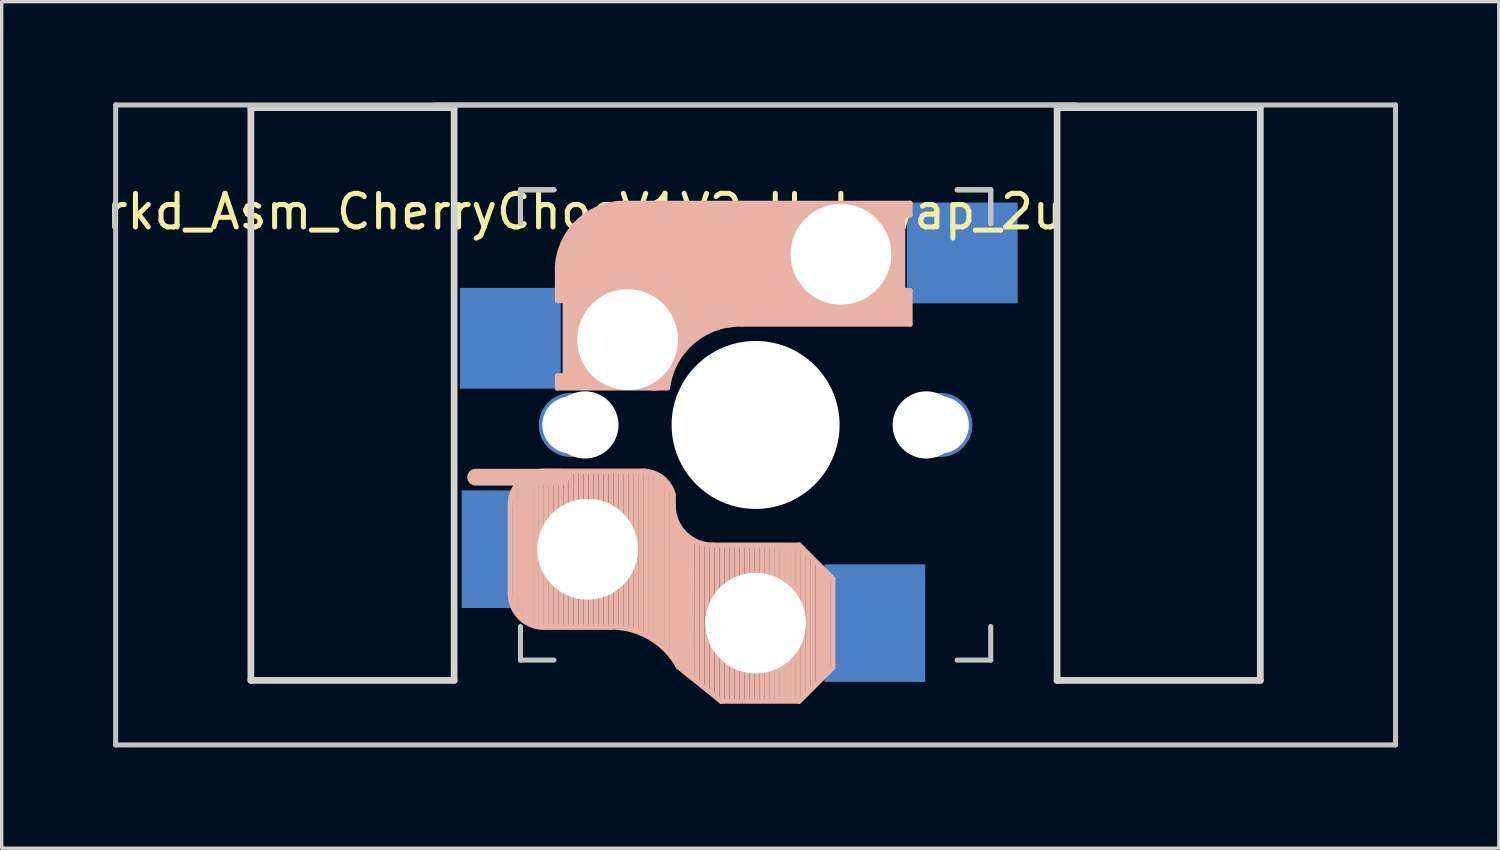
<source format=kicad_pcb>
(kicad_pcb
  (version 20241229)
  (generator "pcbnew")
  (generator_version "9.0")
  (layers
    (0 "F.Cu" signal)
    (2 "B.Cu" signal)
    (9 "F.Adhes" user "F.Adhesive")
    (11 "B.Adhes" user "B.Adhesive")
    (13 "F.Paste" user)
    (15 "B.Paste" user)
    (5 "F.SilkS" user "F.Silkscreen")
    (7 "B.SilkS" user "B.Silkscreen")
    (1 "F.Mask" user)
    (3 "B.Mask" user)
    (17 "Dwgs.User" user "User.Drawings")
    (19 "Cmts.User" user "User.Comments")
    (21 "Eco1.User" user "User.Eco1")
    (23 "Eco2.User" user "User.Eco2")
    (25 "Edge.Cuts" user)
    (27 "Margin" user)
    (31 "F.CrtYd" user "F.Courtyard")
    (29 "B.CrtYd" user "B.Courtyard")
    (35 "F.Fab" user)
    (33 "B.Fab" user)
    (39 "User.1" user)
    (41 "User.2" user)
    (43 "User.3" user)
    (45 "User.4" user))
  (footprint "rkd_Asm_CherryChocV1V2_Hotswap_2u"
    (layer "F.Cu")
    (at 19.443 9.6)
    (property "Reference" "rkd_Asm_CherryChocV1V2_Hotswap_2u" (at -5.08 -6.35 180) (layer "F.SilkS") (effects (font (size 1 1) (thickness 0.15))))
    (attr through_hole)
    (fp_line (start -7.305 2.375) (end -7.305 5.025) (stroke (width 0.15) (type solid)) (layer "B.SilkS"))
    (fp_line (start -7.15 5.53) (end -7.15 1.85) (stroke (width 0.15) (type solid)) (layer "B.SilkS"))
    (fp_line (start -7 5.7) (end -7 1.73) (stroke (width 0.15) (type solid)) (layer "B.SilkS"))
    (fp_line (start -6.85 5.84) (end -6.85 1.7) (stroke (width 0.15) (type solid)) (layer "B.SilkS"))
    (fp_line (start -6.7 5.92) (end -6.7 1.8) (stroke (width 0.15) (type solid)) (layer "B.SilkS"))
    (fp_line (start -6.55 5.97) (end -6.55 1.65) (stroke (width 0.15) (type solid)) (layer "B.SilkS"))
    (fp_line (start -6.4 6.01) (end -6.4 1.5) (stroke (width 0.15) (type solid)) (layer "B.SilkS"))
    (fp_line (start -6.25 6) (end -6.25 1.4) (stroke (width 0.15) (type solid)) (layer "B.SilkS"))
    (fp_line (start -6.1 6) (end -6.1 1.4) (stroke (width 0.15) (type solid)) (layer "B.SilkS"))
    (fp_line (start -5.95 6) (end -5.95 1.4) (stroke (width 0.15) (type solid)) (layer "B.SilkS"))
    (fp_line (start -5.9 -4.7) (end -5.9 -3.7) (stroke (width 0.15) (type solid)) (layer "B.SilkS"))
    (fp_line (start -5.9 -3.7) (end -5.7 -3.7) (stroke (width 0.15) (type solid)) (layer "B.SilkS"))
    (fp_line (start -5.9 -1.1) (end -5.9 -1.46) (stroke (width 0.15) (type solid)) (layer "B.SilkS"))
    (fp_line (start -5.9 -1.1) (end -2.62 -1.1) (stroke (width 0.15) (type solid)) (layer "B.SilkS"))
    (fp_line (start -5.8 -3.8) (end -5.8 -4.7) (stroke (width 0.3) (type solid)) (layer "B.SilkS"))
    (fp_line (start -5.8 1.555) (end -8.334 1.555) (stroke (width 0.5) (type default)) (layer "B.SilkS"))
    (fp_line (start -5.8 6) (end -5.8 1.4) (stroke (width 0.15) (type solid)) (layer "B.SilkS"))
    (fp_line (start -5.7 -1.46) (end -5.9 -1.46) (stroke (width 0.15) (type solid)) (layer "B.SilkS"))
    (fp_line (start -5.7 -1.3) (end -3 -1.3) (stroke (width 0.5) (type solid)) (layer "B.SilkS"))
    (fp_line (start -5.67 -3.7) (end -5.67 -1.46) (stroke (width 0.15) (type solid)) (layer "B.SilkS"))
    (fp_line (start -5.65 6) (end -5.65 1.4) (stroke (width 0.15) (type solid)) (layer "B.SilkS"))
    (fp_line (start -5.5 6) (end -5.5 1.4) (stroke (width 0.15) (type solid)) (layer "B.SilkS"))
    (fp_line (start -5.35 6) (end -5.35 1.4) (stroke (width 0.15) (type solid)) (layer "B.SilkS"))
    (fp_line (start -5.3 -1.6) (end -5.3 -3.4) (stroke (width 0.8) (type solid)) (layer "B.SilkS"))
    (fp_line (start -5.2 6) (end -5.2 1.4) (stroke (width 0.15) (type solid)) (layer "B.SilkS"))
    (fp_line (start -5.05 6) (end -5.05 1.4) (stroke (width 0.15) (type solid)) (layer "B.SilkS"))
    (fp_line (start -4.9 6) (end -4.9 1.4) (stroke (width 0.15) (type solid)) (layer "B.SilkS"))
    (fp_line (start -4.75 6) (end -4.75 1.4) (stroke (width 0.15) (type solid)) (layer "B.SilkS"))
    (fp_line (start -4.6 6) (end -4.6 1.4) (stroke (width 0.15) (type solid)) (layer "B.SilkS"))
    (fp_line (start -4.45 6) (end -4.45 1.4) (stroke (width 0.15) (type solid)) (layer "B.SilkS"))
    (fp_line (start -4.3 6) (end -4.3 1.4) (stroke (width 0.15) (type solid)) (layer "B.SilkS"))
    (fp_line (start -4.3 6.025) (end -6.275 6.025) (stroke (width 0.15) (type solid)) (layer "B.SilkS"))
    (fp_line (start -4.17 -5.1) (end -4.17 -2.86) (stroke (width 3) (type solid)) (layer "B.SilkS"))
    (fp_line (start -4.15 6) (end -4.15 1.45) (stroke (width 0.15) (type solid)) (layer "B.SilkS"))
    (fp_line (start -4 6.04) (end -4 1.4) (stroke (width 0.15) (type solid)) (layer "B.SilkS"))
    (fp_line (start -3.85 6.05) (end -3.85 1.4) (stroke (width 0.15) (type solid)) (layer "B.SilkS"))
    (fp_line (start -3.7 6.05) (end -3.7 1.45) (stroke (width 0.15) (type solid)) (layer "B.SilkS"))
    (fp_line (start -3.55 6.1) (end -3.55 1.39) (stroke (width 0.15) (type solid)) (layer "B.SilkS"))
    (fp_line (start -3.4 6.2) (end -3.4 1.38) (stroke (width 0.15) (type solid)) (layer "B.SilkS"))
    (fp_line (start -3.311 1.375) (end -6.275 1.375) (stroke (width 0.15) (type solid)) (layer "B.SilkS"))
    (fp_line (start -3.25 6.25) (end -3.25 1.4) (stroke (width 0.15) (type solid)) (layer "B.SilkS"))
    (fp_line (start -3.1 6.35) (end -3.1 1.43) (stroke (width 0.15) (type solid)) (layer "B.SilkS"))
    (fp_line (start -2.95 6.45) (end -2.95 1.48) (stroke (width 0.15) (type solid)) (layer "B.SilkS"))
    (fp_line (start -2.8 6.55) (end -2.8 1.56) (stroke (width 0.15) (type solid)) (layer "B.SilkS"))
    (fp_line (start -2.65 6.7) (end -2.65 1.75) (stroke (width 0.15) (type solid)) (layer "B.SilkS"))
    (fp_line (start -2.5 6.85) (end -2.5 1.95) (stroke (width 0.15) (type solid)) (layer "B.SilkS"))
    (fp_line (start -2.45 2.4) (end -2.45 2.077) (stroke (width 0.15) (type default)) (layer "B.SilkS"))
    (fp_line (start -2.4 7.02) (end -2.4 2.9) (stroke (width 0.15) (type solid)) (layer "B.SilkS"))
    (fp_line (start -2.3 7.2) (end -2.3 3.05) (stroke (width 0.15) (type solid)) (layer "B.SilkS"))
    (fp_line (start -2.3 7.2) (end -1.025 8.225) (stroke (width 0.15) (type solid)) (layer "B.SilkS"))
    (fp_line (start -2.2 7.27) (end -2.2 3.25) (stroke (width 0.15) (type solid)) (layer "B.SilkS"))
    (fp_line (start -2.1 7.35) (end -2.1 3.35) (stroke (width 0.15) (type solid)) (layer "B.SilkS"))
    (fp_line (start -2 7.43) (end -2 3.4) (stroke (width 0.15) (type solid)) (layer "B.SilkS"))
    (fp_line (start -1.89 7.52) (end -1.9 3.45) (stroke (width 0.15) (type solid)) (layer "B.SilkS"))
    (fp_line (start -1.75 7.62) (end -1.75 3.5) (stroke (width 0.15) (type solid)) (layer "B.SilkS"))
    (fp_line (start -1.6 7.76) (end -1.6 3.6) (stroke (width 0.15) (type solid)) (layer "B.SilkS"))
    (fp_line (start -1.45 7.88) (end -1.45 3.6) (stroke (width 0.15) (type solid)) (layer "B.SilkS"))
    (fp_line (start -1.3 7.99) (end -1.3 3.6) (stroke (width 0.15) (type solid)) (layer "B.SilkS"))
    (fp_line (start -1.15 8.11) (end -1.15 3.65) (stroke (width 0.15) (type solid)) (layer "B.SilkS"))
    (fp_line (start -1 8.2) (end -1 3.6) (stroke (width 0.15) (type solid)) (layer "B.SilkS"))
    (fp_line (start -0.85 8.2) (end -0.85 3.6) (stroke (width 0.15) (type solid)) (layer "B.SilkS"))
    (fp_line (start -0.7 8.2) (end -0.7 3.6) (stroke (width 0.15) (type solid)) (layer "B.SilkS"))
    (fp_line (start -0.55 8.2) (end -0.55 3.6) (stroke (width 0.15) (type solid)) (layer "B.SilkS"))
    (fp_line (start -0.4 -3) (end 4.6 -3) (stroke (width 0.15) (type solid)) (layer "B.SilkS"))
    (fp_line (start -0.4 8.2) (end -0.4 3.6) (stroke (width 0.15) (type solid)) (layer "B.SilkS"))
    (fp_line (start -0.25 8.2) (end -0.25 3.6) (stroke (width 0.15) (type solid)) (layer "B.SilkS"))
    (fp_line (start -0.1 8.2) (end -0.1 3.6) (stroke (width 0.15) (type solid)) (layer "B.SilkS"))
    (fp_line (start 0.05 8.2) (end 0.05 3.6) (stroke (width 0.15) (type solid)) (layer "B.SilkS"))
    (fp_line (start 0.2 8.2) (end 0.2 3.6) (stroke (width 0.15) (type solid)) (layer "B.SilkS"))
    (fp_line (start 0.35 8.2) (end 0.35 3.6) (stroke (width 0.15) (type solid)) (layer "B.SilkS"))
    (fp_line (start 0.5 8.2) (end 0.5 3.6) (stroke (width 0.15) (type solid)) (layer "B.SilkS"))
    (fp_line (start 0.65 8.2) (end 0.65 3.6) (stroke (width 0.15) (type solid)) (layer "B.SilkS"))
    (fp_line (start 0.8 8.2) (end 0.8 3.6) (stroke (width 0.15) (type solid)) (layer "B.SilkS"))
    (fp_line (start 0.95 8.2) (end 0.95 3.6) (stroke (width 0.15) (type solid)) (layer "B.SilkS"))
    (fp_line (start 1.1 8.2) (end 1.1 3.6) (stroke (width 0.15) (type solid)) (layer "B.SilkS"))
    (fp_line (start 1.25 8.2) (end 1.25 3.6) (stroke (width 0.15) (type solid)) (layer "B.SilkS"))
    (fp_line (start 1.3 3.575) (end -1.275 3.575) (stroke (width 0.15) (type solid)) (layer "B.SilkS"))
    (fp_line (start 1.3 8.225) (end -1.025 8.225) (stroke (width 0.15) (type solid)) (layer "B.SilkS"))
    (fp_line (start 1.4 8.09) (end 1.4 3.7) (stroke (width 0.15) (type solid)) (layer "B.SilkS"))
    (fp_line (start 1.55 7.95) (end 1.55 3.83) (stroke (width 0.15) (type solid)) (layer "B.SilkS"))
    (fp_line (start 1.7 7.82) (end 1.7 3.99) (stroke (width 0.15) (type solid)) (layer "B.SilkS"))
    (fp_line (start 1.85 7.66) (end 1.85 4.13) (stroke (width 0.15) (type solid)) (layer "B.SilkS"))
    (fp_line (start 1.95 7.56) (end 1.95 4.23) (stroke (width 0.15) (type solid)) (layer "B.SilkS"))
    (fp_line (start 2.05 7.45) (end 2.05 4.33) (stroke (width 0.15) (type solid)) (layer "B.SilkS"))
    (fp_line (start 2.15 7.37) (end 2.15 4.44) (stroke (width 0.15) (type solid)) (layer "B.SilkS"))
    (fp_line (start 2.3 4.575) (end 1.3 3.575) (stroke (width 0.15) (type solid)) (layer "B.SilkS"))
    (fp_line (start 2.3 4.575) (end 2.3 7.225) (stroke (width 0.15) (type solid)) (layer "B.SilkS"))
    (fp_line (start 2.3 7.225) (end 1.3 8.225) (stroke (width 0.15) (type solid)) (layer "B.SilkS"))
    (fp_line (start 2.6 -4.8) (end -4.1 -4.8) (stroke (width 3.5) (type solid)) (layer "B.SilkS"))
    (fp_line (start 3.9 -6) (end 3.9 -3.5) (stroke (width 1) (type solid)) (layer "B.SilkS"))
    (fp_line (start 4.3 -3.3) (end 2.9 -3.3) (stroke (width 0.5) (type solid)) (layer "B.SilkS"))
    (fp_line (start 4.38 -4) (end 4.38 -6.25) (stroke (width 0.15) (type solid)) (layer "B.SilkS"))
    (fp_line (start 4.4 -6.4) (end 3 -6.4) (stroke (width 0.4) (type solid)) (layer "B.SilkS"))
    (fp_line (start 4.4 -6.25) (end 4.6 -6.25) (stroke (width 0.15) (type solid)) (layer "B.SilkS"))
    (fp_line (start 4.4 -3.9) (end 4.4 -3.2) (stroke (width 0.4) (type solid)) (layer "B.SilkS"))
    (fp_line (start 4.6 -6.6) (end -3.8 -6.6) (stroke (width 0.15) (type solid)) (layer "B.SilkS"))
    (fp_line (start 4.6 -6.25) (end 4.6 -6.6) (stroke (width 0.15) (type solid)) (layer "B.SilkS"))
    (fp_line (start 4.6 -4) (end 4.4 -4) (stroke (width 0.15) (type solid)) (layer "B.SilkS"))
    (fp_line (start 4.6 -3) (end 4.6 -4) (stroke (width 0.15) (type solid)) (layer "B.SilkS"))
    (fp_arc (start -7.305 2.375) (mid -7.012107 1.667893) (end -6.305 1.375) (stroke (width 0.15) (type solid)) (layer "B.SilkS"))
    (fp_arc (start -6.305 6.025) (mid -7.012107 5.732107) (end -7.305 5.025) (stroke (width 0.15) (type solid)) (layer "B.SilkS"))
    (fp_arc (start -5.9 -4.699999) (mid -5.243504 -6.084924) (end -3.800001 -6.6) (stroke (width 0.15) (type solid)) (layer "B.SilkS"))
    (fp_arc (start -4.3 6.017458) (mid -3.138277 6.335211) (end -2.3 7.2) (stroke (width 0.15) (type solid)) (layer "B.SilkS"))
    (fp_arc (start -3.311204 1.375) (mid -2.763915 1.58277) (end -2.45 2.076887) (stroke (width 0.15) (type solid)) (layer "B.SilkS"))
    (fp_arc (start -3.016318 -1.521471) (mid -2.268709 -2.886118) (end -0.8 -3.4) (stroke (width 1) (type solid)) (layer "B.SilkS"))
    (fp_arc (start -2.616318 -1.121471) (mid -1.868709 -2.486118) (end -0.4 -3) (stroke (width 0.15) (type solid)) (layer "B.SilkS"))
    (fp_arc (start -1.275 3.575) (mid -2.10585 3.23085) (end -2.45 2.4) (stroke (width 0.15) (type solid)) (layer "B.SilkS"))
    (fp_line (start -19.05 -9.525) (end 19.05 -9.525) (stroke (width 0.15) (type solid)) (layer "Dwgs.User"))
    (fp_line (start -19.05 9.525) (end -19.05 -9.525) (stroke (width 0.15) (type solid)) (layer "Dwgs.User"))
    (fp_line (start -9.525 -9.525) (end 9.525 -9.525) (stroke (width 0.15) (type solid)) (layer "Dwgs.User"))
    (fp_line (start -7 -7) (end -6 -7) (stroke (width 0.15) (type solid)) (layer "Dwgs.User"))
    (fp_line (start -7 -7) (end -6 -7) (stroke (width 0.15) (type solid)) (layer "Dwgs.User"))
    (fp_line (start -7 -6) (end -7 -7) (stroke (width 0.15) (type solid)) (layer "Dwgs.User"))
    (fp_line (start -7 -6) (end -7 -7) (stroke (width 0.15) (type solid)) (layer "Dwgs.User"))
    (fp_line (start -7 7) (end -7 6) (stroke (width 0.15) (type solid)) (layer "Dwgs.User"))
    (fp_line (start -6 7) (end -7 7) (stroke (width 0.15) (type solid)) (layer "Dwgs.User"))
    (fp_line (start 6 7) (end 7 7) (stroke (width 0.15) (type solid)) (layer "Dwgs.User"))
    (fp_line (start 7 -7) (end 6 -7) (stroke (width 0.15) (type solid)) (layer "Dwgs.User"))
    (fp_line (start 7 -7) (end 6 -7) (stroke (width 0.15) (type solid)) (layer "Dwgs.User"))
    (fp_line (start 7 -6) (end 7 -7) (stroke (width 0.15) (type solid)) (layer "Dwgs.User"))
    (fp_line (start 7 -6) (end 7 -7) (stroke (width 0.15) (type solid)) (layer "Dwgs.User"))
    (fp_line (start 7 7) (end 7 6) (stroke (width 0.15) (type solid)) (layer "Dwgs.User"))
    (fp_line (start 19.05 -9.525) (end 19.05 9.525) (stroke (width 0.15) (type solid)) (layer "Dwgs.User"))
    (fp_line (start 19.05 9.525) (end -19.05 9.525) (stroke (width 0.15) (type solid)) (layer "Dwgs.User"))
    (fp_line (start -15.025 -9.445) (end -8.975 -9.445) (stroke (width 0.2) (type solid)) (layer "Edge.Cuts"))
    (fp_line (start -15.025 7.605) (end -15.025 -9.445) (stroke (width 0.2) (type solid)) (layer "Edge.Cuts"))
    (fp_line (start -8.975 -9.445) (end -8.975 7.605) (stroke (width 0.2) (type solid)) (layer "Edge.Cuts"))
    (fp_line (start -8.975 7.605) (end -15.025 7.605) (stroke (width 0.2) (type solid)) (layer "Edge.Cuts"))
    (fp_line (start 8.975 -9.445) (end 8.975 7.605) (stroke (width 0.2) (type solid)) (layer "Edge.Cuts"))
    (fp_line (start 8.975 7.605) (end 15.025 7.605) (stroke (width 0.2) (type solid)) (layer "Edge.Cuts"))
    (fp_line (start 15.025 -9.445) (end 8.975 -9.445) (stroke (width 0.2) (type solid)) (layer "Edge.Cuts"))
    (fp_line (start 15.025 7.605) (end 15.025 -9.445) (stroke (width 0.2) (type solid)) (layer "Edge.Cuts"))
    (pad "" np_thru_hole circle (at -5.5 0) (size 1.9 1.9) (drill 1.7) (layers "*.Cu" "*.Mask"))
    (pad "" np_thru_hole circle (at -5.08 0) (size 2 2) (drill 2) (layers "*.Cu" "*.Mask"))
    (pad "" np_thru_hole circle (at -5 3.7 90) (size 3 3) (drill 3) (layers "*.Cu" "*.Mask"))
    (pad "" np_thru_hole circle (at -3.81 -2.54 180) (size 3 3) (drill 3) (layers "*.Cu" "*.Mask"))
    (pad "" np_thru_hole circle (at 0 0 90) (size 5 5) (drill 5) (layers "*.Cu" "*.Mask"))
    (pad "" np_thru_hole circle (at 0 5.9 90) (size 3 3) (drill 3) (layers "*.Cu" "*.Mask"))
    (pad "" np_thru_hole circle (at 2.54 -5.08 180) (size 3 3) (drill 3) (layers "*.Cu" "*.Mask"))
    (pad "" np_thru_hole circle (at 5.08 0) (size 2 2) (drill 2) (layers "*.Cu" "*.Mask"))
    (pad "" np_thru_hole circle (at 5.5 0) (size 1.9 1.9) (drill 1.7) (layers "*.Cu" "*.Mask"))
    (pad "1" smd rect (at -7.8 3.7 180) (size 1.9 3.5) (layers "B.Cu" "B.Mask" "B.Paste"))
    (pad "1" smd rect (at -6.85 -2.58 180) (size 3 3) (drill (offset 0.45 0)) (layers "B.Cu" "B.Mask" "B.Paste"))
    (pad "2" smd rect (at 3.55 5.9 180) (size 3 3.5) (layers "B.Cu" "B.Mask" "B.Paste"))
    (pad "2" smd rect (at 5.7 -5.12 180) (size 3.3 3) (drill (offset -0.45 0)) (layers "B.Cu" "B.Mask" "B.Paste")))
  (gr_rect
    (start -3 -3)
    (end 41.568 22.2)
    (stroke (width 0.1) (type default))
    (fill no)
    (layer "Edge.Cuts")))
</source>
